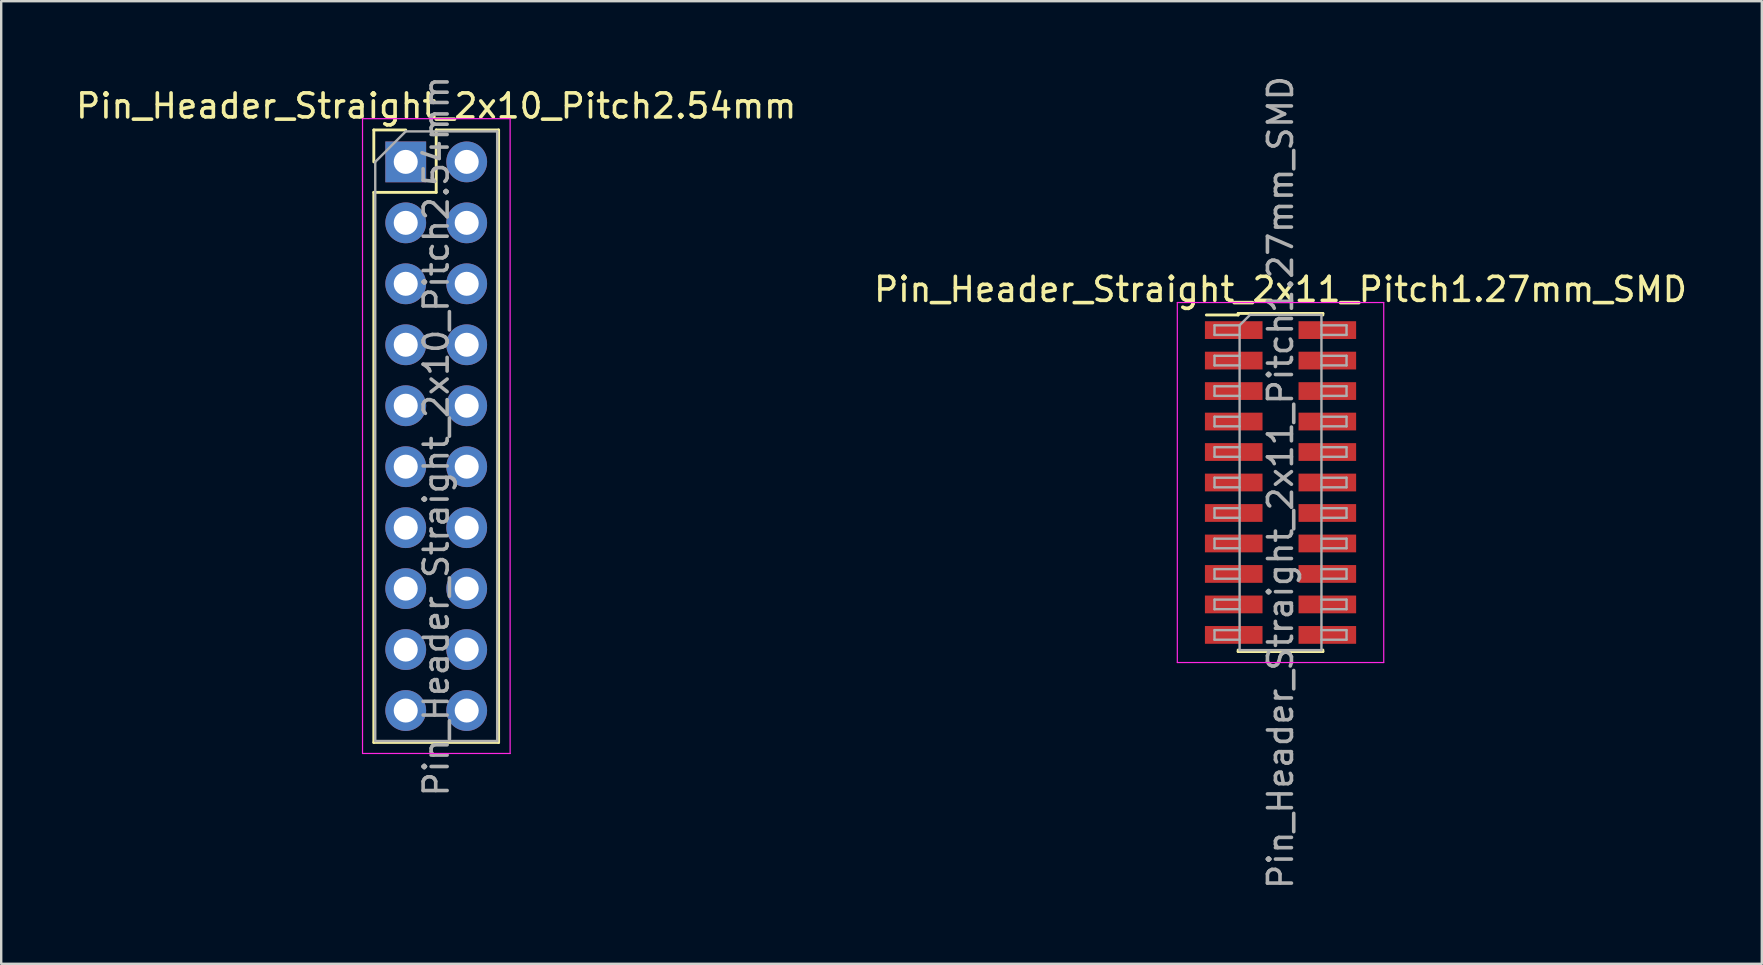
<source format=kicad_pcb>
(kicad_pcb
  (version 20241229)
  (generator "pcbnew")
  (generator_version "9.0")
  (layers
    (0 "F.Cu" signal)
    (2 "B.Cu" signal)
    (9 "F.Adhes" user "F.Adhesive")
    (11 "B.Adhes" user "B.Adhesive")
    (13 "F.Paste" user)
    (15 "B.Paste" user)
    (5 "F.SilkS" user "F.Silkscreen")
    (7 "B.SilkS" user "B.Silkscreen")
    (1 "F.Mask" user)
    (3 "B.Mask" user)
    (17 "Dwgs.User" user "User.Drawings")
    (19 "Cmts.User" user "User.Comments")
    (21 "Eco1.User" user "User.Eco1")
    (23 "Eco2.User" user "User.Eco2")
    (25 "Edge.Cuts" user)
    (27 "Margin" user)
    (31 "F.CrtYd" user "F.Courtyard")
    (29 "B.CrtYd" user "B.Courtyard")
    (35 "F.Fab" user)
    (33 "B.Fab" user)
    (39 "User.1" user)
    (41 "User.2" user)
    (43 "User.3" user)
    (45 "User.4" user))
  (footprint "Pin_Header_Straight_2x10_Pitch2.54mm"
    (layer "F.Cu")
    (at 13.855 3.695)
    (property "Reference" "Pin_Header_Straight_2x10_Pitch2.54mm" (at 1.27 -2.33 0) (layer "F.SilkS") (effects (font (size 1 1) (thickness 0.15))))
    (attr through_hole)
    (fp_line (start -1.33 -1.33) (end 0 -1.33) (stroke (width 0.12) (type solid)) (layer "F.SilkS"))
    (fp_line (start -1.33 0) (end -1.33 -1.33) (stroke (width 0.12) (type solid)) (layer "F.SilkS"))
    (fp_line (start -1.33 1.27) (end -1.33 24.19) (stroke (width 0.12) (type solid)) (layer "F.SilkS"))
    (fp_line (start -1.33 1.27) (end 1.27 1.27) (stroke (width 0.12) (type solid)) (layer "F.SilkS"))
    (fp_line (start -1.33 24.19) (end 3.87 24.19) (stroke (width 0.12) (type solid)) (layer "F.SilkS"))
    (fp_line (start 1.27 -1.33) (end 3.87 -1.33) (stroke (width 0.12) (type solid)) (layer "F.SilkS"))
    (fp_line (start 1.27 1.27) (end 1.27 -1.33) (stroke (width 0.12) (type solid)) (layer "F.SilkS"))
    (fp_line (start 3.87 -1.33) (end 3.87 24.19) (stroke (width 0.12) (type solid)) (layer "F.SilkS"))
    (fp_line (start -1.8 -1.8) (end -1.8 24.65) (stroke (width 0.05) (type solid)) (layer "F.CrtYd"))
    (fp_line (start -1.8 24.65) (end 4.35 24.65) (stroke (width 0.05) (type solid)) (layer "F.CrtYd"))
    (fp_line (start 4.35 -1.8) (end -1.8 -1.8) (stroke (width 0.05) (type solid)) (layer "F.CrtYd"))
    (fp_line (start 4.35 24.65) (end 4.35 -1.8) (stroke (width 0.05) (type solid)) (layer "F.CrtYd"))
    (fp_line (start -1.27 0) (end 0 -1.27) (stroke (width 0.1) (type solid)) (layer "F.Fab"))
    (fp_line (start -1.27 24.13) (end -1.27 0) (stroke (width 0.1) (type solid)) (layer "F.Fab"))
    (fp_line (start 0 -1.27) (end 3.81 -1.27) (stroke (width 0.1) (type solid)) (layer "F.Fab"))
    (fp_line (start 3.81 -1.27) (end 3.81 24.13) (stroke (width 0.1) (type solid)) (layer "F.Fab"))
    (fp_line (start 3.81 24.13) (end -1.27 24.13) (stroke (width 0.1) (type solid)) (layer "F.Fab"))
    (fp_text user "${REFERENCE}" (at 1.27 11.43 90) (layer "F.Fab") (effects (font (size 1 1) (thickness 0.15))))
    (pad "1" thru_hole rect (at 0 0) (size 1.7 1.7) (drill 1) (layers "*.Cu" "*.Mask"))
    (pad "2" thru_hole oval (at 2.54 0) (size 1.7 1.7) (drill 1) (layers "*.Cu" "*.Mask"))
    (pad "3" thru_hole oval (at 0 2.54) (size 1.7 1.7) (drill 1) (layers "*.Cu" "*.Mask"))
    (pad "4" thru_hole oval (at 2.54 2.54) (size 1.7 1.7) (drill 1) (layers "*.Cu" "*.Mask"))
    (pad "5" thru_hole oval (at 0 5.08) (size 1.7 1.7) (drill 1) (layers "*.Cu" "*.Mask"))
    (pad "6" thru_hole oval (at 2.54 5.08) (size 1.7 1.7) (drill 1) (layers "*.Cu" "*.Mask"))
    (pad "7" thru_hole oval (at 0 7.62) (size 1.7 1.7) (drill 1) (layers "*.Cu" "*.Mask"))
    (pad "8" thru_hole oval (at 2.54 7.62) (size 1.7 1.7) (drill 1) (layers "*.Cu" "*.Mask"))
    (pad "9" thru_hole oval (at 0 10.16) (size 1.7 1.7) (drill 1) (layers "*.Cu" "*.Mask"))
    (pad "10" thru_hole oval (at 2.54 10.16) (size 1.7 1.7) (drill 1) (layers "*.Cu" "*.Mask"))
    (pad "11" thru_hole oval (at 0 12.7) (size 1.7 1.7) (drill 1) (layers "*.Cu" "*.Mask"))
    (pad "12" thru_hole oval (at 2.54 12.7) (size 1.7 1.7) (drill 1) (layers "*.Cu" "*.Mask"))
    (pad "13" thru_hole oval (at 0 15.24) (size 1.7 1.7) (drill 1) (layers "*.Cu" "*.Mask"))
    (pad "14" thru_hole oval (at 2.54 15.24) (size 1.7 1.7) (drill 1) (layers "*.Cu" "*.Mask"))
    (pad "15" thru_hole oval (at 0 17.78) (size 1.7 1.7) (drill 1) (layers "*.Cu" "*.Mask"))
    (pad "16" thru_hole oval (at 2.54 17.78) (size 1.7 1.7) (drill 1) (layers "*.Cu" "*.Mask"))
    (pad "17" thru_hole oval (at 0 20.32) (size 1.7 1.7) (drill 1) (layers "*.Cu" "*.Mask"))
    (pad "18" thru_hole oval (at 2.54 20.32) (size 1.7 1.7) (drill 1) (layers "*.Cu" "*.Mask"))
    (pad "19" thru_hole oval (at 0 22.86) (size 1.7 1.7) (drill 1) (layers "*.Cu" "*.Mask"))
    (pad "20" thru_hole oval (at 2.54 22.86) (size 1.7 1.7) (drill 1) (layers "*.Cu" "*.Mask")))
  (footprint "Pin_Header_Straight_2x11_Pitch1.27mm_SMD"
    (layer "F.Cu")
    (at 50.304 17.054)
    (property "Reference" "Pin_Header_Straight_2x11_Pitch1.27mm_SMD" (at 0 -8.045 0) (layer "F.SilkS") (effects (font (size 1 1) (thickness 0.15))))
    (attr smd)
    (fp_line (start -3.09 -6.98) (end -1.765 -6.98) (stroke (width 0.12) (type solid)) (layer "F.SilkS"))
    (fp_line (start -1.765 -7.045) (end -1.765 -6.98) (stroke (width 0.12) (type solid)) (layer "F.SilkS"))
    (fp_line (start -1.765 -7.045) (end 1.765 -7.045) (stroke (width 0.12) (type solid)) (layer "F.SilkS"))
    (fp_line (start -1.765 6.98) (end -1.765 7.045) (stroke (width 0.12) (type solid)) (layer "F.SilkS"))
    (fp_line (start -1.765 7.045) (end 1.765 7.045) (stroke (width 0.12) (type solid)) (layer "F.SilkS"))
    (fp_line (start 1.765 -7.045) (end 1.765 -6.98) (stroke (width 0.12) (type solid)) (layer "F.SilkS"))
    (fp_line (start 1.765 6.98) (end 1.765 7.045) (stroke (width 0.12) (type solid)) (layer "F.SilkS"))
    (fp_line (start -4.3 -7.5) (end -4.3 7.5) (stroke (width 0.05) (type solid)) (layer "F.CrtYd"))
    (fp_line (start -4.3 7.5) (end 4.3 7.5) (stroke (width 0.05) (type solid)) (layer "F.CrtYd"))
    (fp_line (start 4.3 -7.5) (end -4.3 -7.5) (stroke (width 0.05) (type solid)) (layer "F.CrtYd"))
    (fp_line (start 4.3 7.5) (end 4.3 -7.5) (stroke (width 0.05) (type solid)) (layer "F.CrtYd"))
    (fp_line (start -2.75 -6.55) (end -2.75 -6.15) (stroke (width 0.1) (type solid)) (layer "F.Fab"))
    (fp_line (start -2.75 -6.15) (end -1.705 -6.15) (stroke (width 0.1) (type solid)) (layer "F.Fab"))
    (fp_line (start -2.75 -5.28) (end -2.75 -4.88) (stroke (width 0.1) (type solid)) (layer "F.Fab"))
    (fp_line (start -2.75 -4.88) (end -1.705 -4.88) (stroke (width 0.1) (type solid)) (layer "F.Fab"))
    (fp_line (start -2.75 -4.01) (end -2.75 -3.61) (stroke (width 0.1) (type solid)) (layer "F.Fab"))
    (fp_line (start -2.75 -3.61) (end -1.705 -3.61) (stroke (width 0.1) (type solid)) (layer "F.Fab"))
    (fp_line (start -2.75 -2.74) (end -2.75 -2.34) (stroke (width 0.1) (type solid)) (layer "F.Fab"))
    (fp_line (start -2.75 -2.34) (end -1.705 -2.34) (stroke (width 0.1) (type solid)) (layer "F.Fab"))
    (fp_line (start -2.75 -1.47) (end -2.75 -1.07) (stroke (width 0.1) (type solid)) (layer "F.Fab"))
    (fp_line (start -2.75 -1.07) (end -1.705 -1.07) (stroke (width 0.1) (type solid)) (layer "F.Fab"))
    (fp_line (start -2.75 -0.2) (end -2.75 0.2) (stroke (width 0.1) (type solid)) (layer "F.Fab"))
    (fp_line (start -2.75 0.2) (end -1.705 0.2) (stroke (width 0.1) (type solid)) (layer "F.Fab"))
    (fp_line (start -2.75 1.07) (end -2.75 1.47) (stroke (width 0.1) (type solid)) (layer "F.Fab"))
    (fp_line (start -2.75 1.47) (end -1.705 1.47) (stroke (width 0.1) (type solid)) (layer "F.Fab"))
    (fp_line (start -2.75 2.34) (end -2.75 2.74) (stroke (width 0.1) (type solid)) (layer "F.Fab"))
    (fp_line (start -2.75 2.74) (end -1.705 2.74) (stroke (width 0.1) (type solid)) (layer "F.Fab"))
    (fp_line (start -2.75 3.61) (end -2.75 4.01) (stroke (width 0.1) (type solid)) (layer "F.Fab"))
    (fp_line (start -2.75 4.01) (end -1.705 4.01) (stroke (width 0.1) (type solid)) (layer "F.Fab"))
    (fp_line (start -2.75 4.88) (end -2.75 5.28) (stroke (width 0.1) (type solid)) (layer "F.Fab"))
    (fp_line (start -2.75 5.28) (end -1.705 5.28) (stroke (width 0.1) (type solid)) (layer "F.Fab"))
    (fp_line (start -2.75 6.15) (end -2.75 6.55) (stroke (width 0.1) (type solid)) (layer "F.Fab"))
    (fp_line (start -2.75 6.55) (end -1.705 6.55) (stroke (width 0.1) (type solid)) (layer "F.Fab"))
    (fp_line (start -1.705 -6.55) (end -2.75 -6.55) (stroke (width 0.1) (type solid)) (layer "F.Fab"))
    (fp_line (start -1.705 -6.55) (end -1.27 -6.985) (stroke (width 0.1) (type solid)) (layer "F.Fab"))
    (fp_line (start -1.705 -5.28) (end -2.75 -5.28) (stroke (width 0.1) (type solid)) (layer "F.Fab"))
    (fp_line (start -1.705 -4.01) (end -2.75 -4.01) (stroke (width 0.1) (type solid)) (layer "F.Fab"))
    (fp_line (start -1.705 -2.74) (end -2.75 -2.74) (stroke (width 0.1) (type solid)) (layer "F.Fab"))
    (fp_line (start -1.705 -1.47) (end -2.75 -1.47) (stroke (width 0.1) (type solid)) (layer "F.Fab"))
    (fp_line (start -1.705 -0.2) (end -2.75 -0.2) (stroke (width 0.1) (type solid)) (layer "F.Fab"))
    (fp_line (start -1.705 1.07) (end -2.75 1.07) (stroke (width 0.1) (type solid)) (layer "F.Fab"))
    (fp_line (start -1.705 2.34) (end -2.75 2.34) (stroke (width 0.1) (type solid)) (layer "F.Fab"))
    (fp_line (start -1.705 3.61) (end -2.75 3.61) (stroke (width 0.1) (type solid)) (layer "F.Fab"))
    (fp_line (start -1.705 4.88) (end -2.75 4.88) (stroke (width 0.1) (type solid)) (layer "F.Fab"))
    (fp_line (start -1.705 6.15) (end -2.75 6.15) (stroke (width 0.1) (type solid)) (layer "F.Fab"))
    (fp_line (start -1.705 6.985) (end -1.705 -6.55) (stroke (width 0.1) (type solid)) (layer "F.Fab"))
    (fp_line (start -1.27 -6.985) (end 1.705 -6.985) (stroke (width 0.1) (type solid)) (layer "F.Fab"))
    (fp_line (start 1.705 -6.985) (end 1.705 6.985) (stroke (width 0.1) (type solid)) (layer "F.Fab"))
    (fp_line (start 1.705 -6.55) (end 2.75 -6.55) (stroke (width 0.1) (type solid)) (layer "F.Fab"))
    (fp_line (start 1.705 -5.28) (end 2.75 -5.28) (stroke (width 0.1) (type solid)) (layer "F.Fab"))
    (fp_line (start 1.705 -4.01) (end 2.75 -4.01) (stroke (width 0.1) (type solid)) (layer "F.Fab"))
    (fp_line (start 1.705 -2.74) (end 2.75 -2.74) (stroke (width 0.1) (type solid)) (layer "F.Fab"))
    (fp_line (start 1.705 -1.47) (end 2.75 -1.47) (stroke (width 0.1) (type solid)) (layer "F.Fab"))
    (fp_line (start 1.705 -0.2) (end 2.75 -0.2) (stroke (width 0.1) (type solid)) (layer "F.Fab"))
    (fp_line (start 1.705 1.07) (end 2.75 1.07) (stroke (width 0.1) (type solid)) (layer "F.Fab"))
    (fp_line (start 1.705 2.34) (end 2.75 2.34) (stroke (width 0.1) (type solid)) (layer "F.Fab"))
    (fp_line (start 1.705 3.61) (end 2.75 3.61) (stroke (width 0.1) (type solid)) (layer "F.Fab"))
    (fp_line (start 1.705 4.88) (end 2.75 4.88) (stroke (width 0.1) (type solid)) (layer "F.Fab"))
    (fp_line (start 1.705 6.15) (end 2.75 6.15) (stroke (width 0.1) (type solid)) (layer "F.Fab"))
    (fp_line (start 1.705 6.985) (end -1.705 6.985) (stroke (width 0.1) (type solid)) (layer "F.Fab"))
    (fp_line (start 2.75 -6.55) (end 2.75 -6.15) (stroke (width 0.1) (type solid)) (layer "F.Fab"))
    (fp_line (start 2.75 -6.15) (end 1.705 -6.15) (stroke (width 0.1) (type solid)) (layer "F.Fab"))
    (fp_line (start 2.75 -5.28) (end 2.75 -4.88) (stroke (width 0.1) (type solid)) (layer "F.Fab"))
    (fp_line (start 2.75 -4.88) (end 1.705 -4.88) (stroke (width 0.1) (type solid)) (layer "F.Fab"))
    (fp_line (start 2.75 -4.01) (end 2.75 -3.61) (stroke (width 0.1) (type solid)) (layer "F.Fab"))
    (fp_line (start 2.75 -3.61) (end 1.705 -3.61) (stroke (width 0.1) (type solid)) (layer "F.Fab"))
    (fp_line (start 2.75 -2.74) (end 2.75 -2.34) (stroke (width 0.1) (type solid)) (layer "F.Fab"))
    (fp_line (start 2.75 -2.34) (end 1.705 -2.34) (stroke (width 0.1) (type solid)) (layer "F.Fab"))
    (fp_line (start 2.75 -1.47) (end 2.75 -1.07) (stroke (width 0.1) (type solid)) (layer "F.Fab"))
    (fp_line (start 2.75 -1.07) (end 1.705 -1.07) (stroke (width 0.1) (type solid)) (layer "F.Fab"))
    (fp_line (start 2.75 -0.2) (end 2.75 0.2) (stroke (width 0.1) (type solid)) (layer "F.Fab"))
    (fp_line (start 2.75 0.2) (end 1.705 0.2) (stroke (width 0.1) (type solid)) (layer "F.Fab"))
    (fp_line (start 2.75 1.07) (end 2.75 1.47) (stroke (width 0.1) (type solid)) (layer "F.Fab"))
    (fp_line (start 2.75 1.47) (end 1.705 1.47) (stroke (width 0.1) (type solid)) (layer "F.Fab"))
    (fp_line (start 2.75 2.34) (end 2.75 2.74) (stroke (width 0.1) (type solid)) (layer "F.Fab"))
    (fp_line (start 2.75 2.74) (end 1.705 2.74) (stroke (width 0.1) (type solid)) (layer "F.Fab"))
    (fp_line (start 2.75 3.61) (end 2.75 4.01) (stroke (width 0.1) (type solid)) (layer "F.Fab"))
    (fp_line (start 2.75 4.01) (end 1.705 4.01) (stroke (width 0.1) (type solid)) (layer "F.Fab"))
    (fp_line (start 2.75 4.88) (end 2.75 5.28) (stroke (width 0.1) (type solid)) (layer "F.Fab"))
    (fp_line (start 2.75 5.28) (end 1.705 5.28) (stroke (width 0.1) (type solid)) (layer "F.Fab"))
    (fp_line (start 2.75 6.15) (end 2.75 6.55) (stroke (width 0.1) (type solid)) (layer "F.Fab"))
    (fp_line (start 2.75 6.55) (end 1.705 6.55) (stroke (width 0.1) (type solid)) (layer "F.Fab"))
    (fp_text user "${REFERENCE}" (at 0 0 90) (layer "F.Fab") (effects (font (size 1 1) (thickness 0.15))))
    (pad "1" smd rect (at -1.95 -6.35) (size 2.4 0.74) (layers "F.Cu" "F.Mask" "F.Paste"))
    (pad "2" smd rect (at 1.95 -6.35) (size 2.4 0.74) (layers "F.Cu" "F.Mask" "F.Paste"))
    (pad "3" smd rect (at -1.95 -5.08) (size 2.4 0.74) (layers "F.Cu" "F.Mask" "F.Paste"))
    (pad "4" smd rect (at 1.95 -5.08) (size 2.4 0.74) (layers "F.Cu" "F.Mask" "F.Paste"))
    (pad "5" smd rect (at -1.95 -3.81) (size 2.4 0.74) (layers "F.Cu" "F.Mask" "F.Paste"))
    (pad "6" smd rect (at 1.95 -3.81) (size 2.4 0.74) (layers "F.Cu" "F.Mask" "F.Paste"))
    (pad "7" smd rect (at -1.95 -2.54) (size 2.4 0.74) (layers "F.Cu" "F.Mask" "F.Paste"))
    (pad "8" smd rect (at 1.95 -2.54) (size 2.4 0.74) (layers "F.Cu" "F.Mask" "F.Paste"))
    (pad "9" smd rect (at -1.95 -1.27) (size 2.4 0.74) (layers "F.Cu" "F.Mask" "F.Paste"))
    (pad "10" smd rect (at 1.95 -1.27) (size 2.4 0.74) (layers "F.Cu" "F.Mask" "F.Paste"))
    (pad "11" smd rect (at -1.95 0) (size 2.4 0.74) (layers "F.Cu" "F.Mask" "F.Paste"))
    (pad "12" smd rect (at 1.95 0) (size 2.4 0.74) (layers "F.Cu" "F.Mask" "F.Paste"))
    (pad "13" smd rect (at -1.95 1.27) (size 2.4 0.74) (layers "F.Cu" "F.Mask" "F.Paste"))
    (pad "14" smd rect (at 1.95 1.27) (size 2.4 0.74) (layers "F.Cu" "F.Mask" "F.Paste"))
    (pad "15" smd rect (at -1.95 2.54) (size 2.4 0.74) (layers "F.Cu" "F.Mask" "F.Paste"))
    (pad "16" smd rect (at 1.95 2.54) (size 2.4 0.74) (layers "F.Cu" "F.Mask" "F.Paste"))
    (pad "17" smd rect (at -1.95 3.81) (size 2.4 0.74) (layers "F.Cu" "F.Mask" "F.Paste"))
    (pad "18" smd rect (at 1.95 3.81) (size 2.4 0.74) (layers "F.Cu" "F.Mask" "F.Paste"))
    (pad "19" smd rect (at -1.95 5.08) (size 2.4 0.74) (layers "F.Cu" "F.Mask" "F.Paste"))
    (pad "20" smd rect (at 1.95 5.08) (size 2.4 0.74) (layers "F.Cu" "F.Mask" "F.Paste"))
    (pad "21" smd rect (at -1.95 6.35) (size 2.4 0.74) (layers "F.Cu" "F.Mask" "F.Paste"))
    (pad "22" smd rect (at 1.95 6.35) (size 2.4 0.74) (layers "F.Cu" "F.Mask" "F.Paste")))
  (gr_rect
    (start -3 -3)
    (end 70.357 37.107)
    (stroke (width 0.1) (type default))
    (fill no)
    (layer "Edge.Cuts")))
</source>
